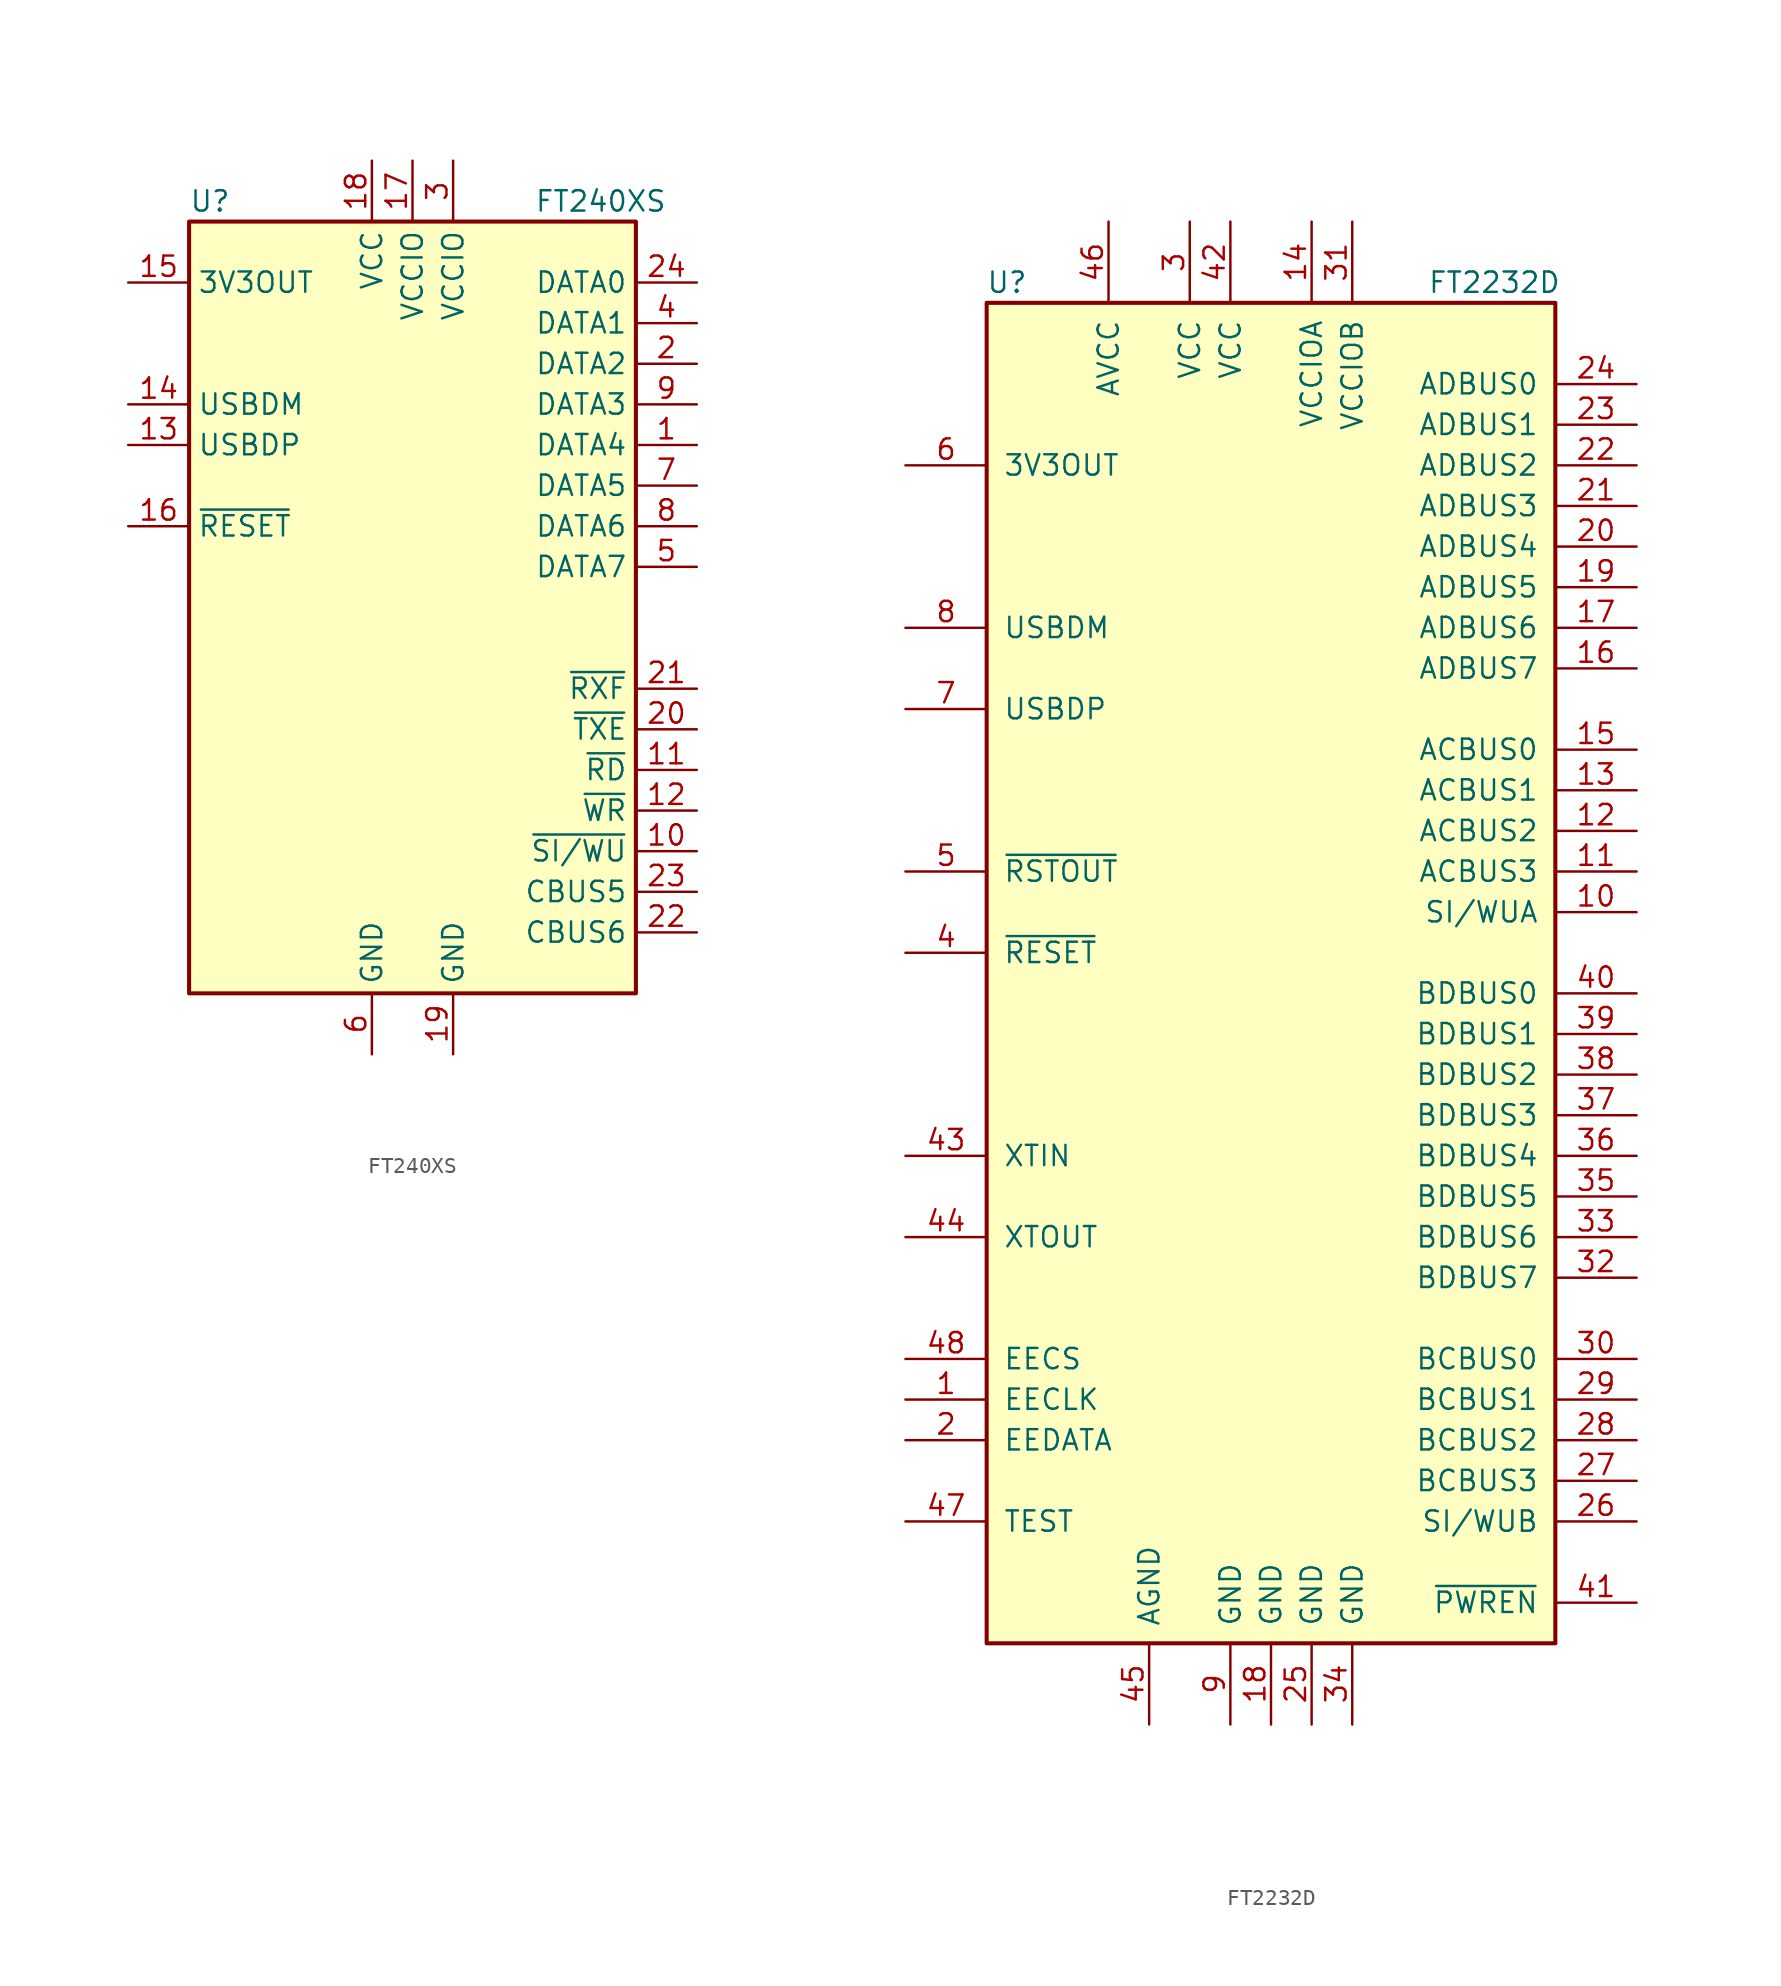
<source format=kicad_sym>
(kicad_symbol_lib
  (version 20201005)
  (generator kicad_symbol_editor)
  (symbol "FT240XS"
    (property "Reference" "U"
      (at -13.97 25.4 0)
      (effects (font (size 1.27 1.27)) (justify left)))
    (property "Value" "FT240XS"
      (at 7.62 25.4 0)
      (effects (font (size 1.27 1.27)) (justify left)))
    (symbol "FT240XS_0_1"
      (rectangle (start 13.97 -24.13) (end -13.97 24.13) (stroke (width 0.254)) (fill (type background))))
    (symbol "FT240XS_1_1"
      (pin bidirectional line (at 17.78 10.16 180) (length 3.81) (name "DATA4" (effects (font (size 1.27 1.27)))) (number "1" (effects (font (size 1.27 1.27)))))
      (pin input line (at 17.78 -15.24 180) (length 3.81) (name "~SI/WU" (effects (font (size 1.27 1.27)))) (number "10" (effects (font (size 1.27 1.27)))))
      (pin input line (at 17.78 -10.16 180) (length 3.81) (name "~RD" (effects (font (size 1.27 1.27)))) (number "11" (effects (font (size 1.27 1.27)))))
      (pin input line (at 17.78 -12.7 180) (length 3.81) (name "~WR" (effects (font (size 1.27 1.27)))) (number "12" (effects (font (size 1.27 1.27)))))
      (pin bidirectional line (at -17.78 10.16 0) (length 3.81) (name "USBDP" (effects (font (size 1.27 1.27)))) (number "13" (effects (font (size 1.27 1.27)))))
      (pin bidirectional line (at -17.78 12.7 0) (length 3.81) (name "USBDM" (effects (font (size 1.27 1.27)))) (number "14" (effects (font (size 1.27 1.27)))))
      (pin power_out line (at -17.78 20.32 0) (length 3.81) (name "3V3OUT" (effects (font (size 1.27 1.27)))) (number "15" (effects (font (size 1.27 1.27)))))
      (pin input line (at -17.78 5.08 0) (length 3.81) (name "~RESET" (effects (font (size 1.27 1.27)))) (number "16" (effects (font (size 1.27 1.27)))))
      (pin bidirectional line (at 0 27.94 270) (length 3.81) (name "VCCIO" (effects (font (size 1.27 1.27)))) (number "17" (effects (font (size 1.27 1.27)))))
      (pin power_in line (at -2.54 27.94 270) (length 3.81) (name "VCC" (effects (font (size 1.27 1.27)))) (number "18" (effects (font (size 1.27 1.27)))))
      (pin power_in line (at 2.54 -27.94 90) (length 3.81) (name "GND" (effects (font (size 1.27 1.27)))) (number "19" (effects (font (size 1.27 1.27)))))
      (pin bidirectional line (at 17.78 15.24 180) (length 3.81) (name "DATA2" (effects (font (size 1.27 1.27)))) (number "2" (effects (font (size 1.27 1.27)))))
      (pin output line (at 17.78 -7.62 180) (length 3.81) (name "~TXE" (effects (font (size 1.27 1.27)))) (number "20" (effects (font (size 1.27 1.27)))))
      (pin output line (at 17.78 -5.08 180) (length 3.81) (name "~RXF" (effects (font (size 1.27 1.27)))) (number "21" (effects (font (size 1.27 1.27)))))
      (pin bidirectional line (at 17.78 -20.32 180) (length 3.81) (name "CBUS6" (effects (font (size 1.27 1.27)))) (number "22" (effects (font (size 1.27 1.27)))))
      (pin bidirectional line (at 17.78 -17.78 180) (length 3.81) (name "CBUS5" (effects (font (size 1.27 1.27)))) (number "23" (effects (font (size 1.27 1.27)))))
      (pin bidirectional line (at 17.78 20.32 180) (length 3.81) (name "DATA0" (effects (font (size 1.27 1.27)))) (number "24" (effects (font (size 1.27 1.27)))))
      (pin power_in line (at 2.54 27.94 270) (length 3.81) (name "VCCIO" (effects (font (size 1.27 1.27)))) (number "3" (effects (font (size 1.27 1.27)))))
      (pin bidirectional line (at 17.78 17.78 180) (length 3.81) (name "DATA1" (effects (font (size 1.27 1.27)))) (number "4" (effects (font (size 1.27 1.27)))))
      (pin bidirectional line (at 17.78 2.54 180) (length 3.81) (name "DATA7" (effects (font (size 1.27 1.27)))) (number "5" (effects (font (size 1.27 1.27)))))
      (pin power_in line (at -2.54 -27.94 90) (length 3.81) (name "GND" (effects (font (size 1.27 1.27)))) (number "6" (effects (font (size 1.27 1.27)))))
      (pin bidirectional line (at 17.78 7.62 180) (length 3.81) (name "DATA5" (effects (font (size 1.27 1.27)))) (number "7" (effects (font (size 1.27 1.27)))))
      (pin bidirectional line (at 17.78 5.08 180) (length 3.81) (name "DATA6" (effects (font (size 1.27 1.27)))) (number "8" (effects (font (size 1.27 1.27)))))
      (pin bidirectional line (at 17.78 12.7 180) (length 3.81) (name "DATA3" (effects (font (size 1.27 1.27)))) (number "9" (effects (font (size 1.27 1.27)))))))
  (symbol "FT2232D"
    (pin_names
      (offset 1.016))
    (property "Reference" "U"
      (at -16.51 44.45 0)
      (effects (font (size 1.27 1.27))))
    (property "Value" "FT2232D"
      (at 13.97 44.45 0)
      (effects (font (size 1.27 1.27))))
    (symbol "FT2232D_0_1"
      (rectangle (start -17.78 -40.64) (end 17.78 43.18) (stroke (width 0.254)) (fill (type background))))
    (symbol "FT2232D_1_1"
      (pin output line (at -22.86 -25.4 0) (length 5.08) (name "EECLK" (effects (font (size 1.27 1.27)))) (number "1" (effects (font (size 1.27 1.27)))))
      (pin bidirectional line (at 22.86 5.08 180) (length 5.08) (name "SI/WUA" (effects (font (size 1.27 1.27)))) (number "10" (effects (font (size 1.27 1.27)))))
      (pin bidirectional line (at 22.86 7.62 180) (length 5.08) (name "ACBUS3" (effects (font (size 1.27 1.27)))) (number "11" (effects (font (size 1.27 1.27)))))
      (pin bidirectional line (at 22.86 10.16 180) (length 5.08) (name "ACBUS2" (effects (font (size 1.27 1.27)))) (number "12" (effects (font (size 1.27 1.27)))))
      (pin bidirectional line (at 22.86 12.7 180) (length 5.08) (name "ACBUS1" (effects (font (size 1.27 1.27)))) (number "13" (effects (font (size 1.27 1.27)))))
      (pin power_in line (at 2.54 48.26 270) (length 5.08) (name "VCCIOA" (effects (font (size 1.27 1.27)))) (number "14" (effects (font (size 1.27 1.27)))))
      (pin bidirectional line (at 22.86 15.24 180) (length 5.08) (name "ACBUS0" (effects (font (size 1.27 1.27)))) (number "15" (effects (font (size 1.27 1.27)))))
      (pin bidirectional line (at 22.86 20.32 180) (length 5.08) (name "ADBUS7" (effects (font (size 1.27 1.27)))) (number "16" (effects (font (size 1.27 1.27)))))
      (pin bidirectional line (at 22.86 22.86 180) (length 5.08) (name "ADBUS6" (effects (font (size 1.27 1.27)))) (number "17" (effects (font (size 1.27 1.27)))))
      (pin power_in line (at 0 -45.72 90) (length 5.08) (name "GND" (effects (font (size 1.27 1.27)))) (number "18" (effects (font (size 1.27 1.27)))))
      (pin bidirectional line (at 22.86 25.4 180) (length 5.08) (name "ADBUS5" (effects (font (size 1.27 1.27)))) (number "19" (effects (font (size 1.27 1.27)))))
      (pin bidirectional line (at -22.86 -27.94 0) (length 5.08) (name "EEDATA" (effects (font (size 1.27 1.27)))) (number "2" (effects (font (size 1.27 1.27)))))
      (pin bidirectional line (at 22.86 27.94 180) (length 5.08) (name "ADBUS4" (effects (font (size 1.27 1.27)))) (number "20" (effects (font (size 1.27 1.27)))))
      (pin bidirectional line (at 22.86 30.48 180) (length 5.08) (name "ADBUS3" (effects (font (size 1.27 1.27)))) (number "21" (effects (font (size 1.27 1.27)))))
      (pin bidirectional line (at 22.86 33.02 180) (length 5.08) (name "ADBUS2" (effects (font (size 1.27 1.27)))) (number "22" (effects (font (size 1.27 1.27)))))
      (pin bidirectional line (at 22.86 35.56 180) (length 5.08) (name "ADBUS1" (effects (font (size 1.27 1.27)))) (number "23" (effects (font (size 1.27 1.27)))))
      (pin bidirectional line (at 22.86 38.1 180) (length 5.08) (name "ADBUS0" (effects (font (size 1.27 1.27)))) (number "24" (effects (font (size 1.27 1.27)))))
      (pin power_in line (at 2.54 -45.72 90) (length 5.08) (name "GND" (effects (font (size 1.27 1.27)))) (number "25" (effects (font (size 1.27 1.27)))))
      (pin output line (at 22.86 -33.02 180) (length 5.08) (name "SI/WUB" (effects (font (size 1.27 1.27)))) (number "26" (effects (font (size 1.27 1.27)))))
      (pin output line (at 22.86 -30.48 180) (length 5.08) (name "BCBUS3" (effects (font (size 1.27 1.27)))) (number "27" (effects (font (size 1.27 1.27)))))
      (pin output line (at 22.86 -27.94 180) (length 5.08) (name "BCBUS2" (effects (font (size 1.27 1.27)))) (number "28" (effects (font (size 1.27 1.27)))))
      (pin output line (at 22.86 -25.4 180) (length 5.08) (name "BCBUS1" (effects (font (size 1.27 1.27)))) (number "29" (effects (font (size 1.27 1.27)))))
      (pin power_in line (at -5.08 48.26 270) (length 5.08) (name "VCC" (effects (font (size 1.27 1.27)))) (number "3" (effects (font (size 1.27 1.27)))))
      (pin output line (at 22.86 -22.86 180) (length 5.08) (name "BCBUS0" (effects (font (size 1.27 1.27)))) (number "30" (effects (font (size 1.27 1.27)))))
      (pin power_in line (at 5.08 48.26 270) (length 5.08) (name "VCCIOB" (effects (font (size 1.27 1.27)))) (number "31" (effects (font (size 1.27 1.27)))))
      (pin output line (at 22.86 -17.78 180) (length 5.08) (name "BDBUS7" (effects (font (size 1.27 1.27)))) (number "32" (effects (font (size 1.27 1.27)))))
      (pin output line (at 22.86 -15.24 180) (length 5.08) (name "BDBUS6" (effects (font (size 1.27 1.27)))) (number "33" (effects (font (size 1.27 1.27)))))
      (pin power_in line (at 5.08 -45.72 90) (length 5.08) (name "GND" (effects (font (size 1.27 1.27)))) (number "34" (effects (font (size 1.27 1.27)))))
      (pin output line (at 22.86 -12.7 180) (length 5.08) (name "BDBUS5" (effects (font (size 1.27 1.27)))) (number "35" (effects (font (size 1.27 1.27)))))
      (pin output line (at 22.86 -10.16 180) (length 5.08) (name "BDBUS4" (effects (font (size 1.27 1.27)))) (number "36" (effects (font (size 1.27 1.27)))))
      (pin output line (at 22.86 -7.62 180) (length 5.08) (name "BDBUS3" (effects (font (size 1.27 1.27)))) (number "37" (effects (font (size 1.27 1.27)))))
      (pin output line (at 22.86 -5.08 180) (length 5.08) (name "BDBUS2" (effects (font (size 1.27 1.27)))) (number "38" (effects (font (size 1.27 1.27)))))
      (pin output line (at 22.86 -2.54 180) (length 5.08) (name "BDBUS1" (effects (font (size 1.27 1.27)))) (number "39" (effects (font (size 1.27 1.27)))))
      (pin input line (at -22.86 2.54 0) (length 5.08) (name "~RESET" (effects (font (size 1.27 1.27)))) (number "4" (effects (font (size 1.27 1.27)))))
      (pin output line (at 22.86 0 180) (length 5.08) (name "BDBUS0" (effects (font (size 1.27 1.27)))) (number "40" (effects (font (size 1.27 1.27)))))
      (pin output line (at 22.86 -38.1 180) (length 5.08) (name "~PWREN" (effects (font (size 1.27 1.27)))) (number "41" (effects (font (size 1.27 1.27)))))
      (pin power_in line (at -2.54 48.26 270) (length 5.08) (name "VCC" (effects (font (size 1.27 1.27)))) (number "42" (effects (font (size 1.27 1.27)))))
      (pin input line (at -22.86 -10.16 0) (length 5.08) (name "XTIN" (effects (font (size 1.27 1.27)))) (number "43" (effects (font (size 1.27 1.27)))))
      (pin output line (at -22.86 -15.24 0) (length 5.08) (name "XTOUT" (effects (font (size 1.27 1.27)))) (number "44" (effects (font (size 1.27 1.27)))))
      (pin power_in line (at -7.62 -45.72 90) (length 5.08) (name "AGND" (effects (font (size 1.27 1.27)))) (number "45" (effects (font (size 1.27 1.27)))))
      (pin power_in line (at -10.16 48.26 270) (length 5.08) (name "AVCC" (effects (font (size 1.27 1.27)))) (number "46" (effects (font (size 1.27 1.27)))))
      (pin input line (at -22.86 -33.02 0) (length 5.08) (name "TEST" (effects (font (size 1.27 1.27)))) (number "47" (effects (font (size 1.27 1.27)))))
      (pin bidirectional line (at -22.86 -22.86 0) (length 5.08) (name "EECS" (effects (font (size 1.27 1.27)))) (number "48" (effects (font (size 1.27 1.27)))))
      (pin output line (at -22.86 7.62 0) (length 5.08) (name "~RSTOUT" (effects (font (size 1.27 1.27)))) (number "5" (effects (font (size 1.27 1.27)))))
      (pin power_out line (at -22.86 33.02 0) (length 5.08) (name "3V3OUT" (effects (font (size 1.27 1.27)))) (number "6" (effects (font (size 1.27 1.27)))))
      (pin bidirectional line (at -22.86 17.78 0) (length 5.08) (name "USBDP" (effects (font (size 1.27 1.27)))) (number "7" (effects (font (size 1.27 1.27)))))
      (pin bidirectional line (at -22.86 22.86 0) (length 5.08) (name "USBDM" (effects (font (size 1.27 1.27)))) (number "8" (effects (font (size 1.27 1.27)))))
      (pin power_in line (at -2.54 -45.72 90) (length 5.08) (name "GND" (effects (font (size 1.27 1.27)))) (number "9" (effects (font (size 1.27 1.27))))))))
</source>
